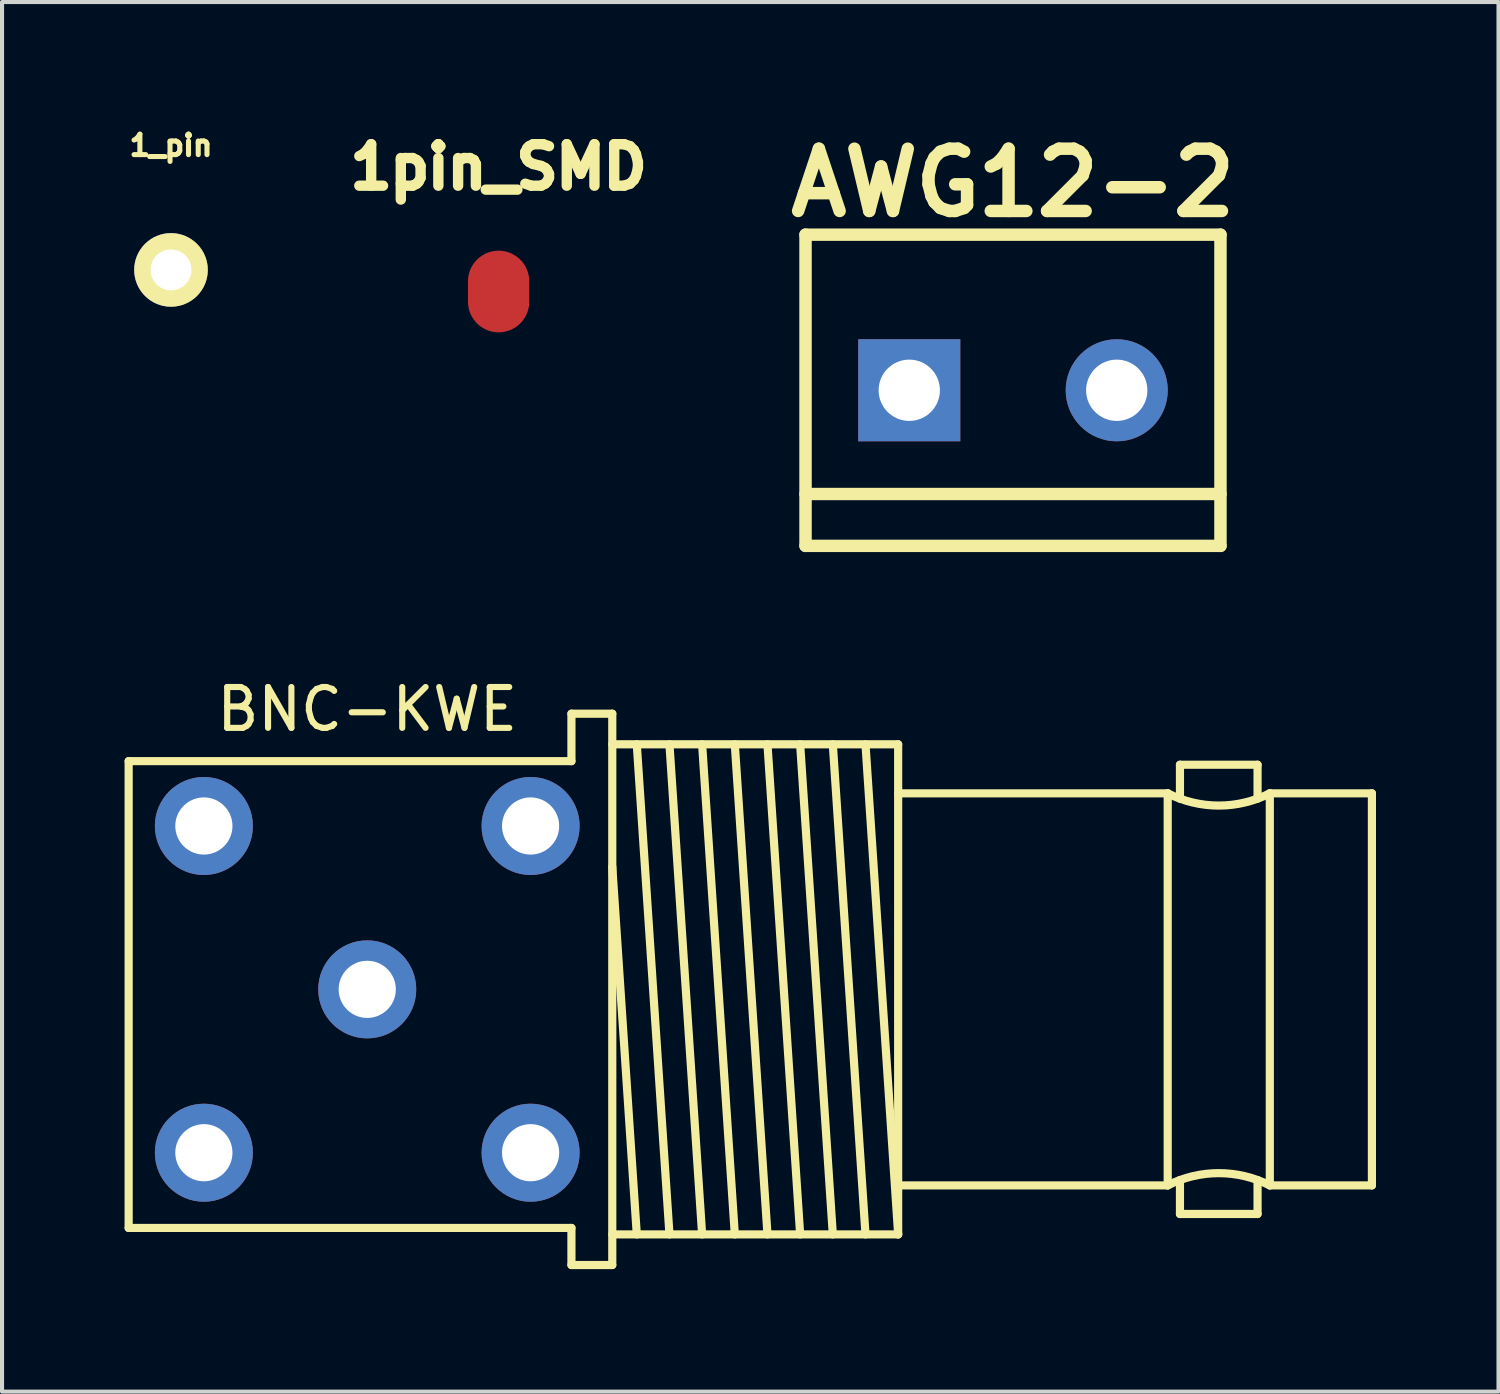
<source format=kicad_pcb>
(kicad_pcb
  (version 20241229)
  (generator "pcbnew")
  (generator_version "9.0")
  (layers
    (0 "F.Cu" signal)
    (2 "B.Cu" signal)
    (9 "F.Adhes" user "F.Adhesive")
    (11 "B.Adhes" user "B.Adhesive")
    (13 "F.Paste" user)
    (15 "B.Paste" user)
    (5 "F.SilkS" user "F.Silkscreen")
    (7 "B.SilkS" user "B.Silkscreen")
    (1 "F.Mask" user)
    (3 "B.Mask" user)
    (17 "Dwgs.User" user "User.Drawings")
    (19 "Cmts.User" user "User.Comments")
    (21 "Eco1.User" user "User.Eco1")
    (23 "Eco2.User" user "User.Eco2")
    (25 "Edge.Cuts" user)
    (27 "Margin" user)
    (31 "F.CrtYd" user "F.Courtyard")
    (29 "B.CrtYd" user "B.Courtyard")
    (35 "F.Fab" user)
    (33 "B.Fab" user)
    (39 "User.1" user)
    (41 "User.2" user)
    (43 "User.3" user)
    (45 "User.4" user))
  (footprint "1pin_SMD"
    (layer "F.Cu")
    (at 9.159 4.088)
    (property "Reference" "1pin_SMD" (at 0 -3.048 0) (layer "F.SilkS") (effects (font (size 1.016 1.016) (thickness 0.254))))
    (attr through_hole)
    (pad "1" smd oval (at 0 0) (size 1.501 1.999) (layers "F.Cu" "F.Mask" "F.Paste")))
  (footprint "AWG12-2"
    (layer "F.Cu")
    (at 21.754 6.506)
    (property "Reference" "AWG12-2" (at 0 -5.08 0) (layer "F.SilkS") (effects (font (size 1.524 1.524) (thickness 0.305))))
    (attr through_hole)
    (fp_line (start -5.08 -3.81) (end -5.08 3.81) (stroke (width 0.305) (type solid)) (layer "F.SilkS"))
    (fp_line (start -5.08 3.81) (end 5.08 3.81) (stroke (width 0.305) (type solid)) (layer "F.SilkS"))
    (fp_line (start 5.08 -3.81) (end -5.08 -3.81) (stroke (width 0.305) (type solid)) (layer "F.SilkS"))
    (fp_line (start 5.08 2.54) (end -5.08 2.54) (stroke (width 0.305) (type solid)) (layer "F.SilkS"))
    (fp_line (start 5.08 3.81) (end 5.08 -3.81) (stroke (width 0.305) (type solid)) (layer "F.SilkS"))
    (pad "1" thru_hole rect (at -2.54 0) (size 2.499 2.499) (drill 1.501) (layers "*.Cu" "*.Mask"))
    (pad "2" thru_hole circle (at 2.54 0) (size 2.499 2.499) (drill 1.501) (layers "*.Cu" "*.Mask")))
  (footprint "1_pin"
    (layer "F.Cu")
    (at 1.137 3.559)
    (property "Reference" "1_pin" (at 0 -3.048 0) (layer "F.SilkS") (effects (font (size 0.5 0.5) (thickness 0.124))))
    (attr through_hole)
    (pad "1" thru_hole circle (at 0 0) (size 1.801 1.801) (drill 1.001) (layers "*.Cu" "*.Mask" "F.SilkS")))
  (footprint "BNC-KWE"
    (layer "F.Cu")
    (at 5.942 21.175)
    (property "Reference" "BNC-KWE" (at 0 -6.858 0) (layer "F.SilkS") (effects (font (size 1 1) (thickness 0.15))))
    (attr through_hole)
    (fp_line (start -5.842 -5.588) (end 5 -5.588) (stroke (width 0.2) (type solid)) (layer "F.SilkS"))
    (fp_line (start -5.842 5.842) (end -5.842 -5.588) (stroke (width 0.2) (type solid)) (layer "F.SilkS"))
    (fp_line (start 5 5.842) (end -5.842 5.842) (stroke (width 0.2) (type solid)) (layer "F.SilkS"))
    (fp_line (start 5 -6.75) (end 6 -6.75) (stroke (width 0.2) (type solid)) (layer "F.SilkS"))
    (fp_line (start 5 -5.588) (end 5 -6.75) (stroke (width 0.2) (type solid)) (layer "F.SilkS"))
    (fp_line (start 5 6.75) (end 5 5.842) (stroke (width 0.2) (type solid)) (layer "F.SilkS"))
    (fp_line (start 5 6.75) (end 6 6.75) (stroke (width 0.2) (type solid)) (layer "F.SilkS"))
    (fp_line (start 6 -6) (end 13 -6) (stroke (width 0.2) (type solid)) (layer "F.SilkS"))
    (fp_line (start 6 6.75) (end 6 -6.75) (stroke (width 0.2) (type solid)) (layer "F.SilkS"))
    (fp_line (start 6.6 6) (end 6 -3) (stroke (width 0.2) (type solid)) (layer "F.SilkS"))
    (fp_line (start 7.4 6) (end 6.6 -6) (stroke (width 0.2) (type solid)) (layer "F.SilkS"))
    (fp_line (start 8.2 6) (end 7.4 -6) (stroke (width 0.2) (type solid)) (layer "F.SilkS"))
    (fp_line (start 9 6) (end 8.2 -6) (stroke (width 0.2) (type solid)) (layer "F.SilkS"))
    (fp_line (start 9.8 6) (end 9 -6) (stroke (width 0.2) (type solid)) (layer "F.SilkS"))
    (fp_line (start 10.6 6) (end 9.8 -6) (stroke (width 0.2) (type solid)) (layer "F.SilkS"))
    (fp_line (start 11.4 6) (end 10.6 -6) (stroke (width 0.2) (type solid)) (layer "F.SilkS"))
    (fp_line (start 12.2 6) (end 11.4 -6) (stroke (width 0.2) (type solid)) (layer "F.SilkS"))
    (fp_line (start 13 -6) (end 13 6) (stroke (width 0.2) (type solid)) (layer "F.SilkS"))
    (fp_line (start 13 4.8) (end 19.6 4.8) (stroke (width 0.2) (type solid)) (layer "F.SilkS"))
    (fp_line (start 13 6) (end 6 6) (stroke (width 0.2) (type solid)) (layer "F.SilkS"))
    (fp_line (start 13 6) (end 12.2 -6) (stroke (width 0.2) (type solid)) (layer "F.SilkS"))
    (fp_line (start 19.6 -4.8) (end 13 -4.8) (stroke (width 0.2) (type solid)) (layer "F.SilkS"))
    (fp_line (start 19.6 -4.8) (end 19.6 4.8) (stroke (width 0.2) (type solid)) (layer "F.SilkS"))
    (fp_line (start 19.9 -5.5) (end 19.9 -4.669) (stroke (width 0.2) (type solid)) (layer "F.SilkS"))
    (fp_line (start 19.9 -5.5) (end 21.8 -5.5) (stroke (width 0.2) (type solid)) (layer "F.SilkS"))
    (fp_line (start 19.9 5.5) (end 19.9 4.669) (stroke (width 0.2) (type solid)) (layer "F.SilkS"))
    (fp_line (start 19.9 5.5) (end 21.8 5.5) (stroke (width 0.2) (type solid)) (layer "F.SilkS"))
    (fp_line (start 21.8 -5.5) (end 21.8 -4.669) (stroke (width 0.2) (type solid)) (layer "F.SilkS"))
    (fp_line (start 21.8 5.5) (end 21.8 4.669) (stroke (width 0.2) (type solid)) (layer "F.SilkS"))
    (fp_line (start 22.1 -4.8) (end 24.6 -4.8) (stroke (width 0.2) (type solid)) (layer "F.SilkS"))
    (fp_line (start 22.1 4.8) (end 22.1 -4.8) (stroke (width 0.2) (type solid)) (layer "F.SilkS"))
    (fp_line (start 22.1 4.8) (end 24.6 4.8) (stroke (width 0.2) (type solid)) (layer "F.SilkS"))
    (fp_line (start 24.6 4.8) (end 24.6 -4.8) (stroke (width 0.2) (type solid)) (layer "F.SilkS"))
    (fp_arc (start 19.599271 4.800373) (mid 20.849591 4.500001) (end 22.100001 4.800001) (stroke (width 0.2) (type solid)) (layer "F.SilkS"))
    (fp_arc (start 22.100731 -4.800371) (mid 20.85041 -4.499999) (end 19.6 -4.8) (stroke (width 0.2) (type solid)) (layer "F.SilkS"))
    (pad "1" thru_hole circle (at 0 0) (size 2.4 2.4) (drill 1.4) (layers "*.Cu" "*.Mask"))
    (pad "2" thru_hole circle (at -4 -4) (size 2.4 2.4) (drill 1.4) (layers "*.Cu" "*.Mask"))
    (pad "2" thru_hole circle (at -4 4) (size 2.4 2.4) (drill 1.4) (layers "*.Cu" "*.Mask"))
    (pad "2" thru_hole circle (at 4 -4) (size 2.4 2.4) (drill 1.4) (layers "*.Cu" "*.Mask"))
    (pad "2" thru_hole circle (at 4 4) (size 2.4 2.4) (drill 1.4) (layers "*.Cu" "*.Mask")))
  (gr_rect
    (start -3 -3)
    (end 33.642 31.025)
    (stroke (width 0.1) (type default))
    (fill no)
    (layer "Edge.Cuts")))
</source>
